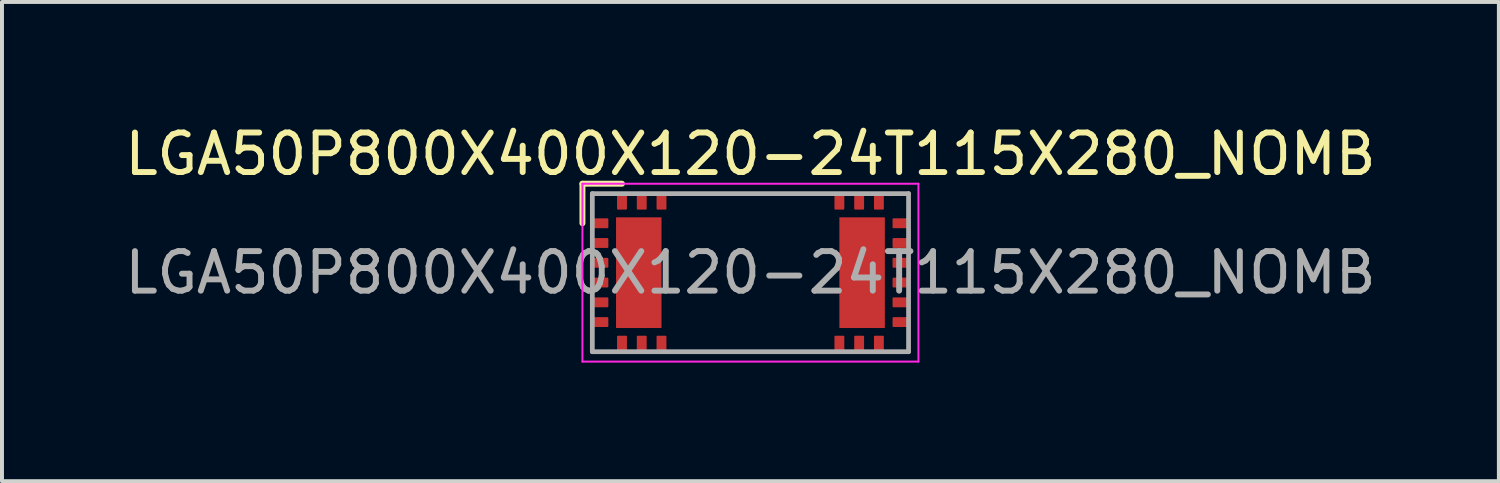
<source format=kicad_pcb>
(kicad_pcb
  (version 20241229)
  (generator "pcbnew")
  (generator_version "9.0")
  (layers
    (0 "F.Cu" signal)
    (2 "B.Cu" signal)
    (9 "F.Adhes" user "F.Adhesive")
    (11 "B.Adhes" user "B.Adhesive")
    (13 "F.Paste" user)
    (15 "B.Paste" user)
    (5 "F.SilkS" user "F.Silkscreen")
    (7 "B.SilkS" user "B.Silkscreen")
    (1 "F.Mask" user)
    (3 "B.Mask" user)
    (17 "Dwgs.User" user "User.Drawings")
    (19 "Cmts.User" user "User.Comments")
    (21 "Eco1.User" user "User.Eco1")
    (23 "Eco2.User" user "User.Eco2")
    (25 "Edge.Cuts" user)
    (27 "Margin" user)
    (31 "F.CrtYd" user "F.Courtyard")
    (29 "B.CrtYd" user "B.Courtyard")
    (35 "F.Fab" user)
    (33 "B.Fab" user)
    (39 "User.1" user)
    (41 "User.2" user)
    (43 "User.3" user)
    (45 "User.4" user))
  (footprint "LGA50P800X400X120-24T115X280_NOMB"
    (layer "F.Cu")
    (at 15.935 3.848)
    (property "Reference" "LGA50P800X400X120-24T115X280_NOMB" (at 0 -3 0) (unlocked yes) (layer "F.SilkS") (effects (font (size 1 1) (thickness 0.15))))
    (attr smd)
    (fp_line (start -4.25 -2.25) (end -4.25 -1.25) (stroke (width 0.15) (type solid)) (layer "F.SilkS"))
    (fp_line (start -4.25 -2.25) (end -3.25 -2.25) (stroke (width 0.15) (type solid)) (layer "F.SilkS"))
    (fp_line (start -4.25 -2.25) (end 4.25 -2.25) (stroke (width 0.05) (type solid)) (layer "F.CrtYd"))
    (fp_line (start -4.25 2.25) (end -4.25 -2.25) (stroke (width 0.05) (type solid)) (layer "F.CrtYd"))
    (fp_line (start 4.25 -2.25) (end 4.25 2.25) (stroke (width 0.05) (type solid)) (layer "F.CrtYd"))
    (fp_line (start 4.25 2.25) (end -4.25 2.25) (stroke (width 0.05) (type solid)) (layer "F.CrtYd"))
    (fp_line (start -4 -2) (end 4 -2) (stroke (width 0.12) (type solid)) (layer "F.Fab"))
    (fp_line (start -4 2) (end -4 -2) (stroke (width 0.12) (type solid)) (layer "F.Fab"))
    (fp_line (start 4 -2) (end 4 2) (stroke (width 0.12) (type solid)) (layer "F.Fab"))
    (fp_line (start 4 2) (end -4 2) (stroke (width 0.12) (type solid)) (layer "F.Fab"))
    (fp_text user "${REFERENCE}" (at 0 0 0) (unlocked yes) (layer "F.Fab") (effects (font (size 1 1) (thickness 0.15))))
    (pad "" smd rect (at -2.825 -0.725) (size 0.85 1.25) (layers "F.Paste"))
    (pad "" smd rect (at -2.825 0.725) (size 0.85 1.25) (layers "F.Paste"))
    (pad "" smd rect (at 2.825 -0.725) (size 0.85 1.25) (layers "F.Paste"))
    (pad "" smd rect (at 2.825 0.725) (size 0.85 1.25) (layers "F.Paste"))
    (pad "1" smd roundrect (at -2.25 -1.785) (size 0.25 0.38) (layers "F.Cu" "F.Mask" "F.Paste") (roundrect_rratio 0.1))
    (pad "2" smd roundrect (at -2.75 -1.785) (size 0.25 0.38) (layers "F.Cu" "F.Mask" "F.Paste") (roundrect_rratio 0.1))
    (pad "3" smd roundrect (at -3.25 -1.785) (size 0.25 0.38) (layers "F.Cu" "F.Mask" "F.Paste") (roundrect_rratio 0.1))
    (pad "4" smd roundrect (at -3.785 -1.25) (size 0.38 0.25) (layers "F.Cu" "F.Mask" "F.Paste") (roundrect_rratio 0.1))
    (pad "5" smd roundrect (at -3.785 -0.75) (size 0.38 0.25) (layers "F.Cu" "F.Mask" "F.Paste") (roundrect_rratio 0.1))
    (pad "6" smd roundrect (at -3.785 -0.25) (size 0.38 0.25) (layers "F.Cu" "F.Mask" "F.Paste") (roundrect_rratio 0.1))
    (pad "7" smd roundrect (at -3.785 0.25) (size 0.38 0.25) (layers "F.Cu" "F.Mask" "F.Paste") (roundrect_rratio 0.1))
    (pad "8" smd roundrect (at -3.785 0.75) (size 0.38 0.25) (layers "F.Cu" "F.Mask" "F.Paste") (roundrect_rratio 0.1))
    (pad "9" smd roundrect (at -3.785 1.25) (size 0.38 0.25) (layers "F.Cu" "F.Mask" "F.Paste") (roundrect_rratio 0.1))
    (pad "10" smd roundrect (at -3.25 1.785) (size 0.25 0.38) (layers "F.Cu" "F.Mask" "F.Paste") (roundrect_rratio 0.1))
    (pad "11" smd roundrect (at -2.75 1.785) (size 0.25 0.38) (layers "F.Cu" "F.Mask" "F.Paste") (roundrect_rratio 0.1))
    (pad "12" smd roundrect (at -2.25 1.785) (size 0.25 0.38) (layers "F.Cu" "F.Mask" "F.Paste") (roundrect_rratio 0.1))
    (pad "13" smd roundrect (at 2.25 1.785) (size 0.25 0.38) (layers "F.Cu" "F.Mask" "F.Paste") (roundrect_rratio 0.1))
    (pad "14" smd roundrect (at 2.75 1.785) (size 0.25 0.38) (layers "F.Cu" "F.Mask" "F.Paste") (roundrect_rratio 0.1))
    (pad "15" smd roundrect (at 3.25 1.785) (size 0.25 0.38) (layers "F.Cu" "F.Mask" "F.Paste") (roundrect_rratio 0.1))
    (pad "16" smd roundrect (at 3.785 1.25) (size 0.38 0.25) (layers "F.Cu" "F.Mask" "F.Paste") (roundrect_rratio 0.1))
    (pad "17" smd roundrect (at 3.785 0.75) (size 0.38 0.25) (layers "F.Cu" "F.Mask" "F.Paste") (roundrect_rratio 0.1))
    (pad "18" smd roundrect (at 3.785 0.25) (size 0.38 0.25) (layers "F.Cu" "F.Mask" "F.Paste") (roundrect_rratio 0.1))
    (pad "19" smd roundrect (at 3.785 -0.25) (size 0.38 0.25) (layers "F.Cu" "F.Mask" "F.Paste") (roundrect_rratio 0.1))
    (pad "20" smd roundrect (at 3.785 -0.75) (size 0.38 0.25) (layers "F.Cu" "F.Mask" "F.Paste") (roundrect_rratio 0.1))
    (pad "21" smd roundrect (at 3.785 -1.25) (size 0.38 0.25) (layers "F.Cu" "F.Mask" "F.Paste") (roundrect_rratio 0.1))
    (pad "22" smd roundrect (at 3.25 -1.785) (size 0.25 0.38) (layers "F.Cu" "F.Mask" "F.Paste") (roundrect_rratio 0.1))
    (pad "23" smd roundrect (at 2.75 -1.785) (size 0.25 0.38) (layers "F.Cu" "F.Mask" "F.Paste") (roundrect_rratio 0.1))
    (pad "24" smd roundrect (at 2.25 -1.785) (size 0.25 0.38) (layers "F.Cu" "F.Mask" "F.Paste") (roundrect_rratio 0.1))
    (pad "25" smd rect (at -2.825 0) (size 1.15 2.8) (property pad_prop_heatsink) (layers "F.Cu" "F.Mask"))
    (pad "26" smd rect (at 2.825 0) (size 1.15 2.8) (property pad_prop_heatsink) (layers "F.Cu" "F.Mask")))
  (gr_rect
    (start -3 -3)
    (end 34.869 9.123)
    (stroke (width 0.1) (type default))
    (fill no)
    (layer "Edge.Cuts")))
</source>
